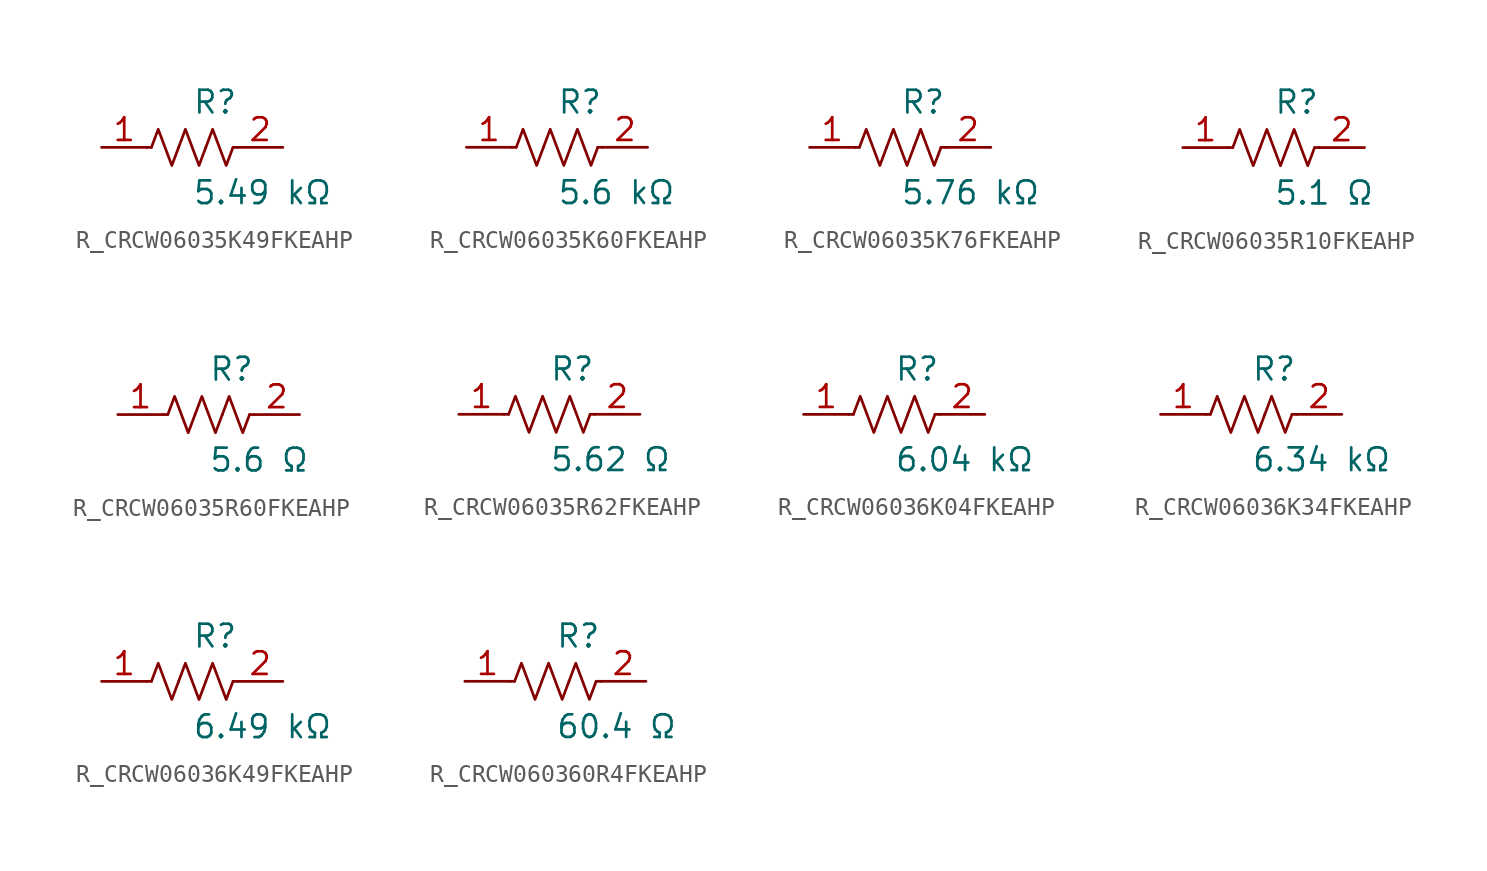
<source format=kicad_sym>
(kicad_symbol_lib
  (version 20231120)
  (generator kicad_symbol_editor)
  (generator_version 8.0)
  (symbol "R_CRCW06035K49FKEAHP"
    (pin_names
      (offset 0.254))
    (property "Reference" "R"
      (at 0.0 2.54 0)
      (effects (font (size 1.27 1.27)) (justify left)))
    (property "Value" "5.49 kΩ"
      (at 0.0 -2.54 0)
      (effects (font (size 1.27 1.27)) (justify left)))
    (symbol "R_CRCW06035K49FKEAHP_0_1"
      (polyline (pts (xy 2.286 0) (xy 2.54 0)) (stroke (width 0) (type default)) (fill (type none)))
      (polyline (pts (xy -2.286 0) (xy -2.54 0)) (stroke (width 0) (type default)) (fill (type none)))
      (polyline (pts (xy 0.762 0) (xy 1.143 1.016) (xy 1.524 0) (xy 1.905 -1.016) (xy 2.286 0)) (stroke (width 0) (type default)) (fill (type none)))
      (polyline (pts (xy -0.762 0) (xy -0.381 1.016) (xy 0 0) (xy 0.381 -1.016) (xy 0.762 0)) (stroke (width 0) (type default)) (fill (type none)))
      (polyline (pts (xy -2.286 0) (xy -1.905 1.016) (xy -1.524 0) (xy -1.143 -1.016) (xy -0.762 0)) (stroke (width 0) (type default)) (fill (type none))))
    (pin unspecified line
      (at -5.08 0 0)
      (length 2.54)
      (name "" (effects (font (size 1.27 1.27))))
      (number "1" (effects (font (size 1.27 1.27)))))
    (pin unspecified line
      (at 5.08 0 180)
      (length 2.54)
      (name "" (effects (font (size 1.27 1.27))))
      (number "2" (effects (font (size 1.27 1.27))))))
  (symbol "R_CRCW06035K60FKEAHP"
    (pin_names
      (offset 0.254))
    (property "Reference" "R"
      (at 0.0 2.54 0)
      (effects (font (size 1.27 1.27)) (justify left)))
    (property "Value" "5.6 kΩ"
      (at 0.0 -2.54 0)
      (effects (font (size 1.27 1.27)) (justify left)))
    (symbol "R_CRCW06035K60FKEAHP_0_1"
      (polyline (pts (xy 2.286 0) (xy 2.54 0)) (stroke (width 0) (type default)) (fill (type none)))
      (polyline (pts (xy -2.286 0) (xy -2.54 0)) (stroke (width 0) (type default)) (fill (type none)))
      (polyline (pts (xy 0.762 0) (xy 1.143 1.016) (xy 1.524 0) (xy 1.905 -1.016) (xy 2.286 0)) (stroke (width 0) (type default)) (fill (type none)))
      (polyline (pts (xy -0.762 0) (xy -0.381 1.016) (xy 0 0) (xy 0.381 -1.016) (xy 0.762 0)) (stroke (width 0) (type default)) (fill (type none)))
      (polyline (pts (xy -2.286 0) (xy -1.905 1.016) (xy -1.524 0) (xy -1.143 -1.016) (xy -0.762 0)) (stroke (width 0) (type default)) (fill (type none))))
    (pin unspecified line
      (at -5.08 0 0)
      (length 2.54)
      (name "" (effects (font (size 1.27 1.27))))
      (number "1" (effects (font (size 1.27 1.27)))))
    (pin unspecified line
      (at 5.08 0 180)
      (length 2.54)
      (name "" (effects (font (size 1.27 1.27))))
      (number "2" (effects (font (size 1.27 1.27))))))
  (symbol "R_CRCW06035K76FKEAHP"
    (pin_names
      (offset 0.254))
    (property "Reference" "R"
      (at 0.0 2.54 0)
      (effects (font (size 1.27 1.27)) (justify left)))
    (property "Value" "5.76 kΩ"
      (at 0.0 -2.54 0)
      (effects (font (size 1.27 1.27)) (justify left)))
    (symbol "R_CRCW06035K76FKEAHP_0_1"
      (polyline (pts (xy 2.286 0) (xy 2.54 0)) (stroke (width 0) (type default)) (fill (type none)))
      (polyline (pts (xy -2.286 0) (xy -2.54 0)) (stroke (width 0) (type default)) (fill (type none)))
      (polyline (pts (xy 0.762 0) (xy 1.143 1.016) (xy 1.524 0) (xy 1.905 -1.016) (xy 2.286 0)) (stroke (width 0) (type default)) (fill (type none)))
      (polyline (pts (xy -0.762 0) (xy -0.381 1.016) (xy 0 0) (xy 0.381 -1.016) (xy 0.762 0)) (stroke (width 0) (type default)) (fill (type none)))
      (polyline (pts (xy -2.286 0) (xy -1.905 1.016) (xy -1.524 0) (xy -1.143 -1.016) (xy -0.762 0)) (stroke (width 0) (type default)) (fill (type none))))
    (pin unspecified line
      (at -5.08 0 0)
      (length 2.54)
      (name "" (effects (font (size 1.27 1.27))))
      (number "1" (effects (font (size 1.27 1.27)))))
    (pin unspecified line
      (at 5.08 0 180)
      (length 2.54)
      (name "" (effects (font (size 1.27 1.27))))
      (number "2" (effects (font (size 1.27 1.27))))))
  (symbol "R_CRCW06035R10FKEAHP"
    (pin_names
      (offset 0.254))
    (property "Reference" "R"
      (at 0.0 2.54 0)
      (effects (font (size 1.27 1.27)) (justify left)))
    (property "Value" "5.1 Ω"
      (at 0.0 -2.54 0)
      (effects (font (size 1.27 1.27)) (justify left)))
    (symbol "R_CRCW06035R10FKEAHP_0_1"
      (polyline (pts (xy 2.286 0) (xy 2.54 0)) (stroke (width 0) (type default)) (fill (type none)))
      (polyline (pts (xy -2.286 0) (xy -2.54 0)) (stroke (width 0) (type default)) (fill (type none)))
      (polyline (pts (xy 0.762 0) (xy 1.143 1.016) (xy 1.524 0) (xy 1.905 -1.016) (xy 2.286 0)) (stroke (width 0) (type default)) (fill (type none)))
      (polyline (pts (xy -0.762 0) (xy -0.381 1.016) (xy 0 0) (xy 0.381 -1.016) (xy 0.762 0)) (stroke (width 0) (type default)) (fill (type none)))
      (polyline (pts (xy -2.286 0) (xy -1.905 1.016) (xy -1.524 0) (xy -1.143 -1.016) (xy -0.762 0)) (stroke (width 0) (type default)) (fill (type none))))
    (pin unspecified line
      (at -5.08 0 0)
      (length 2.54)
      (name "" (effects (font (size 1.27 1.27))))
      (number "1" (effects (font (size 1.27 1.27)))))
    (pin unspecified line
      (at 5.08 0 180)
      (length 2.54)
      (name "" (effects (font (size 1.27 1.27))))
      (number "2" (effects (font (size 1.27 1.27))))))
  (symbol "R_CRCW06035R60FKEAHP"
    (pin_names
      (offset 0.254))
    (property "Reference" "R"
      (at 0.0 2.54 0)
      (effects (font (size 1.27 1.27)) (justify left)))
    (property "Value" "5.6 Ω"
      (at 0.0 -2.54 0)
      (effects (font (size 1.27 1.27)) (justify left)))
    (symbol "R_CRCW06035R60FKEAHP_0_1"
      (polyline (pts (xy 2.286 0) (xy 2.54 0)) (stroke (width 0) (type default)) (fill (type none)))
      (polyline (pts (xy -2.286 0) (xy -2.54 0)) (stroke (width 0) (type default)) (fill (type none)))
      (polyline (pts (xy 0.762 0) (xy 1.143 1.016) (xy 1.524 0) (xy 1.905 -1.016) (xy 2.286 0)) (stroke (width 0) (type default)) (fill (type none)))
      (polyline (pts (xy -0.762 0) (xy -0.381 1.016) (xy 0 0) (xy 0.381 -1.016) (xy 0.762 0)) (stroke (width 0) (type default)) (fill (type none)))
      (polyline (pts (xy -2.286 0) (xy -1.905 1.016) (xy -1.524 0) (xy -1.143 -1.016) (xy -0.762 0)) (stroke (width 0) (type default)) (fill (type none))))
    (pin unspecified line
      (at -5.08 0 0)
      (length 2.54)
      (name "" (effects (font (size 1.27 1.27))))
      (number "1" (effects (font (size 1.27 1.27)))))
    (pin unspecified line
      (at 5.08 0 180)
      (length 2.54)
      (name "" (effects (font (size 1.27 1.27))))
      (number "2" (effects (font (size 1.27 1.27))))))
  (symbol "R_CRCW06035R62FKEAHP"
    (pin_names
      (offset 0.254))
    (property "Reference" "R"
      (at 0.0 2.54 0)
      (effects (font (size 1.27 1.27)) (justify left)))
    (property "Value" "5.62 Ω"
      (at 0.0 -2.54 0)
      (effects (font (size 1.27 1.27)) (justify left)))
    (symbol "R_CRCW06035R62FKEAHP_0_1"
      (polyline (pts (xy 2.286 0) (xy 2.54 0)) (stroke (width 0) (type default)) (fill (type none)))
      (polyline (pts (xy -2.286 0) (xy -2.54 0)) (stroke (width 0) (type default)) (fill (type none)))
      (polyline (pts (xy 0.762 0) (xy 1.143 1.016) (xy 1.524 0) (xy 1.905 -1.016) (xy 2.286 0)) (stroke (width 0) (type default)) (fill (type none)))
      (polyline (pts (xy -0.762 0) (xy -0.381 1.016) (xy 0 0) (xy 0.381 -1.016) (xy 0.762 0)) (stroke (width 0) (type default)) (fill (type none)))
      (polyline (pts (xy -2.286 0) (xy -1.905 1.016) (xy -1.524 0) (xy -1.143 -1.016) (xy -0.762 0)) (stroke (width 0) (type default)) (fill (type none))))
    (pin unspecified line
      (at -5.08 0 0)
      (length 2.54)
      (name "" (effects (font (size 1.27 1.27))))
      (number "1" (effects (font (size 1.27 1.27)))))
    (pin unspecified line
      (at 5.08 0 180)
      (length 2.54)
      (name "" (effects (font (size 1.27 1.27))))
      (number "2" (effects (font (size 1.27 1.27))))))
  (symbol "R_CRCW06036K04FKEAHP"
    (pin_names
      (offset 0.254))
    (property "Reference" "R"
      (at 0.0 2.54 0)
      (effects (font (size 1.27 1.27)) (justify left)))
    (property "Value" "6.04 kΩ"
      (at 0.0 -2.54 0)
      (effects (font (size 1.27 1.27)) (justify left)))
    (symbol "R_CRCW06036K04FKEAHP_0_1"
      (polyline (pts (xy 2.286 0) (xy 2.54 0)) (stroke (width 0) (type default)) (fill (type none)))
      (polyline (pts (xy -2.286 0) (xy -2.54 0)) (stroke (width 0) (type default)) (fill (type none)))
      (polyline (pts (xy 0.762 0) (xy 1.143 1.016) (xy 1.524 0) (xy 1.905 -1.016) (xy 2.286 0)) (stroke (width 0) (type default)) (fill (type none)))
      (polyline (pts (xy -0.762 0) (xy -0.381 1.016) (xy 0 0) (xy 0.381 -1.016) (xy 0.762 0)) (stroke (width 0) (type default)) (fill (type none)))
      (polyline (pts (xy -2.286 0) (xy -1.905 1.016) (xy -1.524 0) (xy -1.143 -1.016) (xy -0.762 0)) (stroke (width 0) (type default)) (fill (type none))))
    (pin unspecified line
      (at -5.08 0 0)
      (length 2.54)
      (name "" (effects (font (size 1.27 1.27))))
      (number "1" (effects (font (size 1.27 1.27)))))
    (pin unspecified line
      (at 5.08 0 180)
      (length 2.54)
      (name "" (effects (font (size 1.27 1.27))))
      (number "2" (effects (font (size 1.27 1.27))))))
  (symbol "R_CRCW06036K34FKEAHP"
    (pin_names
      (offset 0.254))
    (property "Reference" "R"
      (at 0.0 2.54 0)
      (effects (font (size 1.27 1.27)) (justify left)))
    (property "Value" "6.34 kΩ"
      (at 0.0 -2.54 0)
      (effects (font (size 1.27 1.27)) (justify left)))
    (symbol "R_CRCW06036K34FKEAHP_0_1"
      (polyline (pts (xy 2.286 0) (xy 2.54 0)) (stroke (width 0) (type default)) (fill (type none)))
      (polyline (pts (xy -2.286 0) (xy -2.54 0)) (stroke (width 0) (type default)) (fill (type none)))
      (polyline (pts (xy 0.762 0) (xy 1.143 1.016) (xy 1.524 0) (xy 1.905 -1.016) (xy 2.286 0)) (stroke (width 0) (type default)) (fill (type none)))
      (polyline (pts (xy -0.762 0) (xy -0.381 1.016) (xy 0 0) (xy 0.381 -1.016) (xy 0.762 0)) (stroke (width 0) (type default)) (fill (type none)))
      (polyline (pts (xy -2.286 0) (xy -1.905 1.016) (xy -1.524 0) (xy -1.143 -1.016) (xy -0.762 0)) (stroke (width 0) (type default)) (fill (type none))))
    (pin unspecified line
      (at -5.08 0 0)
      (length 2.54)
      (name "" (effects (font (size 1.27 1.27))))
      (number "1" (effects (font (size 1.27 1.27)))))
    (pin unspecified line
      (at 5.08 0 180)
      (length 2.54)
      (name "" (effects (font (size 1.27 1.27))))
      (number "2" (effects (font (size 1.27 1.27))))))
  (symbol "R_CRCW06036K49FKEAHP"
    (pin_names
      (offset 0.254))
    (property "Reference" "R"
      (at 0.0 2.54 0)
      (effects (font (size 1.27 1.27)) (justify left)))
    (property "Value" "6.49 kΩ"
      (at 0.0 -2.54 0)
      (effects (font (size 1.27 1.27)) (justify left)))
    (symbol "R_CRCW06036K49FKEAHP_0_1"
      (polyline (pts (xy 2.286 0) (xy 2.54 0)) (stroke (width 0) (type default)) (fill (type none)))
      (polyline (pts (xy -2.286 0) (xy -2.54 0)) (stroke (width 0) (type default)) (fill (type none)))
      (polyline (pts (xy 0.762 0) (xy 1.143 1.016) (xy 1.524 0) (xy 1.905 -1.016) (xy 2.286 0)) (stroke (width 0) (type default)) (fill (type none)))
      (polyline (pts (xy -0.762 0) (xy -0.381 1.016) (xy 0 0) (xy 0.381 -1.016) (xy 0.762 0)) (stroke (width 0) (type default)) (fill (type none)))
      (polyline (pts (xy -2.286 0) (xy -1.905 1.016) (xy -1.524 0) (xy -1.143 -1.016) (xy -0.762 0)) (stroke (width 0) (type default)) (fill (type none))))
    (pin unspecified line
      (at -5.08 0 0)
      (length 2.54)
      (name "" (effects (font (size 1.27 1.27))))
      (number "1" (effects (font (size 1.27 1.27)))))
    (pin unspecified line
      (at 5.08 0 180)
      (length 2.54)
      (name "" (effects (font (size 1.27 1.27))))
      (number "2" (effects (font (size 1.27 1.27))))))
  (symbol "R_CRCW060360R4FKEAHP"
    (pin_names
      (offset 0.254))
    (property "Reference" "R"
      (at 0.0 2.54 0)
      (effects (font (size 1.27 1.27)) (justify left)))
    (property "Value" "60.4 Ω"
      (at 0.0 -2.54 0)
      (effects (font (size 1.27 1.27)) (justify left)))
    (symbol "R_CRCW060360R4FKEAHP_0_1"
      (polyline (pts (xy 2.286 0) (xy 2.54 0)) (stroke (width 0) (type default)) (fill (type none)))
      (polyline (pts (xy -2.286 0) (xy -2.54 0)) (stroke (width 0) (type default)) (fill (type none)))
      (polyline (pts (xy 0.762 0) (xy 1.143 1.016) (xy 1.524 0) (xy 1.905 -1.016) (xy 2.286 0)) (stroke (width 0) (type default)) (fill (type none)))
      (polyline (pts (xy -0.762 0) (xy -0.381 1.016) (xy 0 0) (xy 0.381 -1.016) (xy 0.762 0)) (stroke (width 0) (type default)) (fill (type none)))
      (polyline (pts (xy -2.286 0) (xy -1.905 1.016) (xy -1.524 0) (xy -1.143 -1.016) (xy -0.762 0)) (stroke (width 0) (type default)) (fill (type none))))
    (pin unspecified line
      (at -5.08 0 0)
      (length 2.54)
      (name "" (effects (font (size 1.27 1.27))))
      (number "1" (effects (font (size 1.27 1.27)))))
    (pin unspecified line
      (at 5.08 0 180)
      (length 2.54)
      (name "" (effects (font (size 1.27 1.27))))
      (number "2" (effects (font (size 1.27 1.27)))))))
</source>
